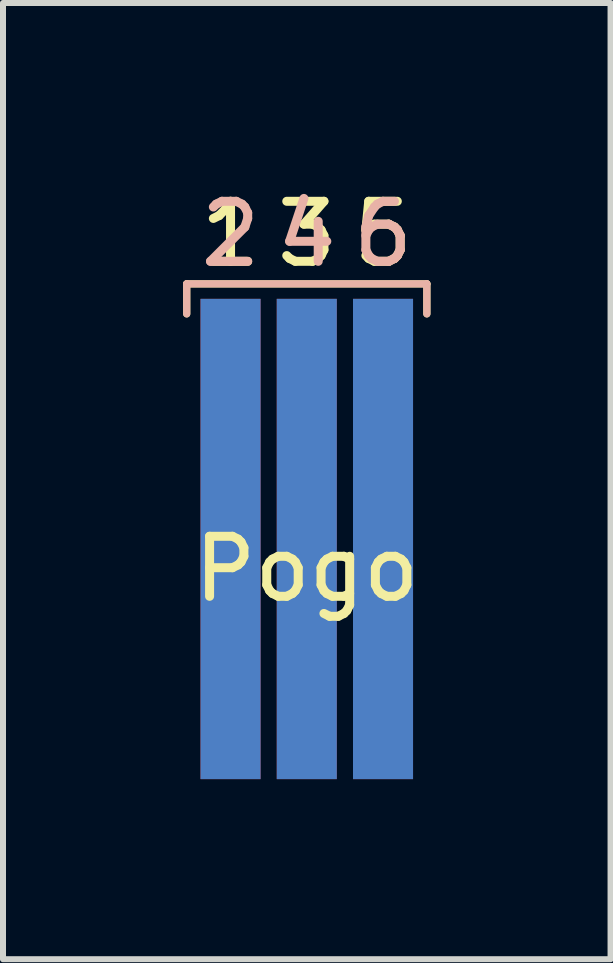
<source format=kicad_pcb>
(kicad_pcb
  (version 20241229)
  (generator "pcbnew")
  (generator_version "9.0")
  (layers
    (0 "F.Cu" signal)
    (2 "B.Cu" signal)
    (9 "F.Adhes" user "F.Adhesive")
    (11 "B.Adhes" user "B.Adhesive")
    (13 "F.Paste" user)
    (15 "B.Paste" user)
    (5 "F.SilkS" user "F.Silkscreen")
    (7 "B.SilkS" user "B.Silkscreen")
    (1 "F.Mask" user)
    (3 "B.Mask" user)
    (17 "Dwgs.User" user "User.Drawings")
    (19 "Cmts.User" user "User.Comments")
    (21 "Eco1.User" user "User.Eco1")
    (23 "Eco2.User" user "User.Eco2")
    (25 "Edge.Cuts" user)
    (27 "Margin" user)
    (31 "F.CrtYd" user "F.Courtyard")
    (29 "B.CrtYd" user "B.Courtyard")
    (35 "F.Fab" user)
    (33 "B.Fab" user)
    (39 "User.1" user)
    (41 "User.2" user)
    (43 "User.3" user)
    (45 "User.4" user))
  (footprint "Pogo"
    (layer "F.Cu")
    (at 2.06 5.928)
    (property "Reference" "Pogo" (at 0 0.5 0) (layer "F.SilkS") (effects (font (size 1 1) (thickness 0.15))))
    (attr through_hole)
    (fp_line (start -2 -4.25) (end 2 -4.25) (stroke (width 0.12) (type solid)) (layer "F.SilkS"))
    (fp_line (start -2 -3.75) (end -2 -4.25) (stroke (width 0.12) (type solid)) (layer "F.SilkS"))
    (fp_line (start 2 -4.25) (end 2 -3.75) (stroke (width 0.12) (type solid)) (layer "F.SilkS"))
    (fp_line (start -2 -4.25) (end 2 -4.25) (stroke (width 0.12) (type solid)) (layer "B.SilkS"))
    (fp_line (start -2 -3.75) (end -2 -4.25) (stroke (width 0.12) (type solid)) (layer "B.SilkS"))
    (fp_line (start 2 -4.25) (end 2 -3.75) (stroke (width 0.12) (type solid)) (layer "B.SilkS"))
    (fp_text user "3" (at 0 -5.08 0) (layer "F.SilkS") (effects (font (size 1 1) (thickness 0.15))))
    (fp_text user "5" (at 1.27 -5.08 0) (layer "F.SilkS") (effects (font (size 1 1) (thickness 0.15))))
    (fp_text user "1" (at -1.27 -5.08 0) (layer "F.SilkS") (effects (font (size 1 1) (thickness 0.15))))
    (fp_text user "4" (at 0 -5.08 0) (layer "B.SilkS") (effects (font (size 1 1) (thickness 0.15))))
    (fp_text user "6" (at 1.27 -5.08 0) (layer "B.SilkS") (effects (font (size 1 1) (thickness 0.15))))
    (fp_text user "2" (at -1.27 -5.08 0) (layer "B.SilkS") (effects (font (size 1 1) (thickness 0.15))))
    (pad "1" smd rect (at -1.27 0) (size 1 8) (layers "F.Cu" "F.Mask" "F.Paste"))
    (pad "2" smd rect (at -1.27 0) (size 1 8) (layers "B.Cu" "B.Mask" "B.Paste"))
    (pad "3" smd rect (at 0 0) (size 1 8) (layers "F.Cu" "F.Mask" "F.Paste"))
    (pad "4" smd rect (at 0 0) (size 1 8) (layers "B.Cu" "B.Mask" "B.Paste"))
    (pad "5" smd rect (at 1.27 0) (size 1 8) (layers "F.Cu" "F.Mask" "F.Paste"))
    (pad "6" smd rect (at 1.27 0) (size 1 8) (layers "B.Cu" "B.Mask" "B.Paste")))
  (gr_rect
    (start -3 -3)
    (end 7.12 12.928)
    (stroke (width 0.1) (type default))
    (fill no)
    (layer "Edge.Cuts")))
</source>
